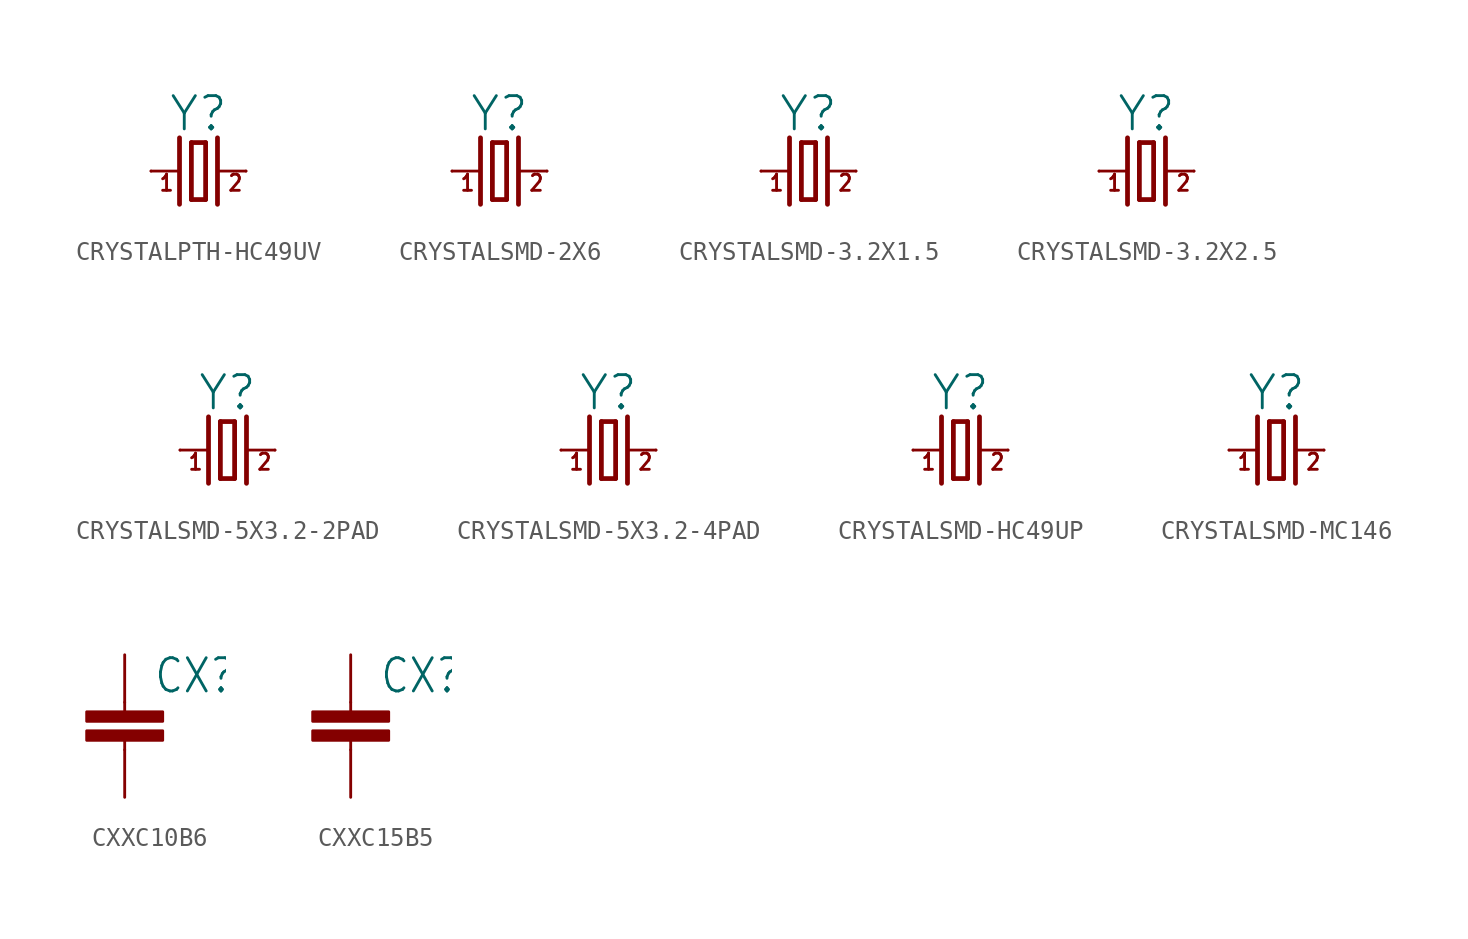
<source format=kicad_sym>
(kicad_symbol_lib
  (version 20231120)
  (generator "kicad_symbol_editor")
  (generator_version "8.0")
  (symbol "CRYSTALPTH-HC49UV"
    (property "Reference" "Y"
      (at 0 2.032 0)
      (effects (font (size 1.778 1.778)) (justify bottom)))
    (property "Value" ""
      (at 0 -2.032 0)
      (effects (font (size 1.778 1.778)) (justify top)))
    (property "ki_locked" ""
      (at 0 0 0)
      (effects (font (size 1.27 1.27))))
    (symbol "CRYSTALPTH-HC49UV_1_0"
      (polyline (pts (xy -2.54 0) (xy -1.016 0)) (stroke (width 0.152) (type solid)) (fill (type none)))
      (polyline (pts (xy -1.016 1.778) (xy -1.016 -1.778)) (stroke (width 0.254) (type solid)) (fill (type none)))
      (polyline (pts (xy -0.381 -1.524) (xy 0.381 -1.524)) (stroke (width 0.254) (type solid)) (fill (type none)))
      (polyline (pts (xy -0.381 1.524) (xy -0.381 -1.524)) (stroke (width 0.254) (type solid)) (fill (type none)))
      (polyline (pts (xy 0.381 -1.524) (xy 0.381 1.524)) (stroke (width 0.254) (type solid)) (fill (type none)))
      (polyline (pts (xy 0.381 1.524) (xy -0.381 1.524)) (stroke (width 0.254) (type solid)) (fill (type none)))
      (polyline (pts (xy 1.016 0) (xy 2.54 0)) (stroke (width 0.152) (type solid)) (fill (type none)))
      (polyline (pts (xy 1.016 1.778) (xy 1.016 -1.778)) (stroke (width 0.254) (type solid)) (fill (type none)))
      (text "1" (at -2.159 -1.143 0) (effects (font (size 0.864 0.734)) (justify left bottom)))
      (text "2" (at 1.524 -1.143 0) (effects (font (size 0.864 0.734)) (justify left bottom)))
      (pin passive line (at -2.54 0 0) (length 0) (name "1" (effects (font (size 0 0)))) (number "1" (effects (font (size 0 0)))))
      (pin passive line (at 2.54 0 180) (length 0) (name "2" (effects (font (size 0 0)))) (number "2" (effects (font (size 0 0)))))))
  (symbol "CRYSTALSMD-2X6"
    (property "Reference" "Y"
      (at 0 2.032 0)
      (effects (font (size 1.778 1.778)) (justify bottom)))
    (property "Value" ""
      (at 0 -2.032 0)
      (effects (font (size 1.778 1.778)) (justify top)))
    (property "ki_locked" ""
      (at 0 0 0)
      (effects (font (size 1.27 1.27))))
    (symbol "CRYSTALSMD-2X6_1_0"
      (polyline (pts (xy -2.54 0) (xy -1.016 0)) (stroke (width 0.152) (type solid)) (fill (type none)))
      (polyline (pts (xy -1.016 1.778) (xy -1.016 -1.778)) (stroke (width 0.254) (type solid)) (fill (type none)))
      (polyline (pts (xy -0.381 -1.524) (xy 0.381 -1.524)) (stroke (width 0.254) (type solid)) (fill (type none)))
      (polyline (pts (xy -0.381 1.524) (xy -0.381 -1.524)) (stroke (width 0.254) (type solid)) (fill (type none)))
      (polyline (pts (xy 0.381 -1.524) (xy 0.381 1.524)) (stroke (width 0.254) (type solid)) (fill (type none)))
      (polyline (pts (xy 0.381 1.524) (xy -0.381 1.524)) (stroke (width 0.254) (type solid)) (fill (type none)))
      (polyline (pts (xy 1.016 0) (xy 2.54 0)) (stroke (width 0.152) (type solid)) (fill (type none)))
      (polyline (pts (xy 1.016 1.778) (xy 1.016 -1.778)) (stroke (width 0.254) (type solid)) (fill (type none)))
      (text "1" (at -2.159 -1.143 0) (effects (font (size 0.864 0.734)) (justify left bottom)))
      (text "2" (at 1.524 -1.143 0) (effects (font (size 0.864 0.734)) (justify left bottom)))
      (pin passive line (at -2.54 0 0) (length 0) (name "1" (effects (font (size 0 0)))) (number "X1" (effects (font (size 0 0)))))
      (pin passive line (at 2.54 0 180) (length 0) (name "2" (effects (font (size 0 0)))) (number "X2" (effects (font (size 0 0)))))))
  (symbol "CRYSTALSMD-3.2X1.5"
    (property "Reference" "Y"
      (at 0 2.032 0)
      (effects (font (size 1.778 1.778)) (justify bottom)))
    (property "Value" ""
      (at 0 -2.032 0)
      (effects (font (size 1.778 1.778)) (justify top)))
    (property "ki_locked" ""
      (at 0 0 0)
      (effects (font (size 1.27 1.27))))
    (symbol "CRYSTALSMD-3.2X1.5_1_0"
      (polyline (pts (xy -2.54 0) (xy -1.016 0)) (stroke (width 0.152) (type solid)) (fill (type none)))
      (polyline (pts (xy -1.016 1.778) (xy -1.016 -1.778)) (stroke (width 0.254) (type solid)) (fill (type none)))
      (polyline (pts (xy -0.381 -1.524) (xy 0.381 -1.524)) (stroke (width 0.254) (type solid)) (fill (type none)))
      (polyline (pts (xy -0.381 1.524) (xy -0.381 -1.524)) (stroke (width 0.254) (type solid)) (fill (type none)))
      (polyline (pts (xy 0.381 -1.524) (xy 0.381 1.524)) (stroke (width 0.254) (type solid)) (fill (type none)))
      (polyline (pts (xy 0.381 1.524) (xy -0.381 1.524)) (stroke (width 0.254) (type solid)) (fill (type none)))
      (polyline (pts (xy 1.016 0) (xy 2.54 0)) (stroke (width 0.152) (type solid)) (fill (type none)))
      (polyline (pts (xy 1.016 1.778) (xy 1.016 -1.778)) (stroke (width 0.254) (type solid)) (fill (type none)))
      (text "1" (at -2.159 -1.143 0) (effects (font (size 0.864 0.734)) (justify left bottom)))
      (text "2" (at 1.524 -1.143 0) (effects (font (size 0.864 0.734)) (justify left bottom)))
      (pin passive line (at -2.54 0 0) (length 0) (name "1" (effects (font (size 0 0)))) (number "P$1" (effects (font (size 0 0)))))
      (pin passive line (at 2.54 0 180) (length 0) (name "2" (effects (font (size 0 0)))) (number "P$2" (effects (font (size 0 0)))))))
  (symbol "CRYSTALSMD-3.2X2.5"
    (property "Reference" "Y"
      (at 0 2.032 0)
      (effects (font (size 1.778 1.778)) (justify bottom)))
    (property "Value" ""
      (at 0 -2.032 0)
      (effects (font (size 1.778 1.778)) (justify top)))
    (property "ki_locked" ""
      (at 0 0 0)
      (effects (font (size 1.27 1.27))))
    (symbol "CRYSTALSMD-3.2X2.5_1_0"
      (polyline (pts (xy -2.54 0) (xy -1.016 0)) (stroke (width 0.152) (type solid)) (fill (type none)))
      (polyline (pts (xy -1.016 1.778) (xy -1.016 -1.778)) (stroke (width 0.254) (type solid)) (fill (type none)))
      (polyline (pts (xy -0.381 -1.524) (xy 0.381 -1.524)) (stroke (width 0.254) (type solid)) (fill (type none)))
      (polyline (pts (xy -0.381 1.524) (xy -0.381 -1.524)) (stroke (width 0.254) (type solid)) (fill (type none)))
      (polyline (pts (xy 0.381 -1.524) (xy 0.381 1.524)) (stroke (width 0.254) (type solid)) (fill (type none)))
      (polyline (pts (xy 0.381 1.524) (xy -0.381 1.524)) (stroke (width 0.254) (type solid)) (fill (type none)))
      (polyline (pts (xy 1.016 0) (xy 2.54 0)) (stroke (width 0.152) (type solid)) (fill (type none)))
      (polyline (pts (xy 1.016 1.778) (xy 1.016 -1.778)) (stroke (width 0.254) (type solid)) (fill (type none)))
      (text "1" (at -2.159 -1.143 0) (effects (font (size 0.864 0.734)) (justify left bottom)))
      (text "2" (at 1.524 -1.143 0) (effects (font (size 0.864 0.734)) (justify left bottom)))
      (pin passive line (at -2.54 0 0) (length 0) (name "1" (effects (font (size 0 0)))) (number "1" (effects (font (size 0 0)))))
      (pin passive line (at 2.54 0 180) (length 0) (name "2" (effects (font (size 0 0)))) (number "3" (effects (font (size 0 0)))))))
  (symbol "CRYSTALSMD-5X3.2-2PAD"
    (property "Reference" "Y"
      (at 0 2.032 0)
      (effects (font (size 1.778 1.778)) (justify bottom)))
    (property "Value" ""
      (at 0 -2.032 0)
      (effects (font (size 1.778 1.778)) (justify top)))
    (property "ki_locked" ""
      (at 0 0 0)
      (effects (font (size 1.27 1.27))))
    (symbol "CRYSTALSMD-5X3.2-2PAD_1_0"
      (polyline (pts (xy -2.54 0) (xy -1.016 0)) (stroke (width 0.152) (type solid)) (fill (type none)))
      (polyline (pts (xy -1.016 1.778) (xy -1.016 -1.778)) (stroke (width 0.254) (type solid)) (fill (type none)))
      (polyline (pts (xy -0.381 -1.524) (xy 0.381 -1.524)) (stroke (width 0.254) (type solid)) (fill (type none)))
      (polyline (pts (xy -0.381 1.524) (xy -0.381 -1.524)) (stroke (width 0.254) (type solid)) (fill (type none)))
      (polyline (pts (xy 0.381 -1.524) (xy 0.381 1.524)) (stroke (width 0.254) (type solid)) (fill (type none)))
      (polyline (pts (xy 0.381 1.524) (xy -0.381 1.524)) (stroke (width 0.254) (type solid)) (fill (type none)))
      (polyline (pts (xy 1.016 0) (xy 2.54 0)) (stroke (width 0.152) (type solid)) (fill (type none)))
      (polyline (pts (xy 1.016 1.778) (xy 1.016 -1.778)) (stroke (width 0.254) (type solid)) (fill (type none)))
      (text "1" (at -2.159 -1.143 0) (effects (font (size 0.864 0.734)) (justify left bottom)))
      (text "2" (at 1.524 -1.143 0) (effects (font (size 0.864 0.734)) (justify left bottom)))
      (pin passive line (at -2.54 0 0) (length 0) (name "1" (effects (font (size 0 0)))) (number "P$1" (effects (font (size 0 0)))))
      (pin passive line (at 2.54 0 180) (length 0) (name "2" (effects (font (size 0 0)))) (number "P$2" (effects (font (size 0 0)))))))
  (symbol "CRYSTALSMD-5X3.2-4PAD"
    (property "Reference" "Y"
      (at 0 2.032 0)
      (effects (font (size 1.778 1.778)) (justify bottom)))
    (property "Value" ""
      (at 0 -2.032 0)
      (effects (font (size 1.778 1.778)) (justify top)))
    (property "ki_locked" ""
      (at 0 0 0)
      (effects (font (size 1.27 1.27))))
    (symbol "CRYSTALSMD-5X3.2-4PAD_1_0"
      (polyline (pts (xy -2.54 0) (xy -1.016 0)) (stroke (width 0.152) (type solid)) (fill (type none)))
      (polyline (pts (xy -1.016 1.778) (xy -1.016 -1.778)) (stroke (width 0.254) (type solid)) (fill (type none)))
      (polyline (pts (xy -0.381 -1.524) (xy 0.381 -1.524)) (stroke (width 0.254) (type solid)) (fill (type none)))
      (polyline (pts (xy -0.381 1.524) (xy -0.381 -1.524)) (stroke (width 0.254) (type solid)) (fill (type none)))
      (polyline (pts (xy 0.381 -1.524) (xy 0.381 1.524)) (stroke (width 0.254) (type solid)) (fill (type none)))
      (polyline (pts (xy 0.381 1.524) (xy -0.381 1.524)) (stroke (width 0.254) (type solid)) (fill (type none)))
      (polyline (pts (xy 1.016 0) (xy 2.54 0)) (stroke (width 0.152) (type solid)) (fill (type none)))
      (polyline (pts (xy 1.016 1.778) (xy 1.016 -1.778)) (stroke (width 0.254) (type solid)) (fill (type none)))
      (text "1" (at -2.159 -1.143 0) (effects (font (size 0.864 0.734)) (justify left bottom)))
      (text "2" (at 1.524 -1.143 0) (effects (font (size 0.864 0.734)) (justify left bottom)))
      (pin passive line (at -2.54 0 0) (length 0) (name "1" (effects (font (size 0 0)))) (number "1" (effects (font (size 0 0)))))
      (pin passive line (at 2.54 0 180) (length 0) (name "2" (effects (font (size 0 0)))) (number "3" (effects (font (size 0 0)))))))
  (symbol "CRYSTALSMD-HC49UP"
    (property "Reference" "Y"
      (at 0 2.032 0)
      (effects (font (size 1.778 1.778)) (justify bottom)))
    (property "Value" ""
      (at 0 -2.032 0)
      (effects (font (size 1.778 1.778)) (justify top)))
    (property "ki_locked" ""
      (at 0 0 0)
      (effects (font (size 1.27 1.27))))
    (symbol "CRYSTALSMD-HC49UP_1_0"
      (polyline (pts (xy -2.54 0) (xy -1.016 0)) (stroke (width 0.152) (type solid)) (fill (type none)))
      (polyline (pts (xy -1.016 1.778) (xy -1.016 -1.778)) (stroke (width 0.254) (type solid)) (fill (type none)))
      (polyline (pts (xy -0.381 -1.524) (xy 0.381 -1.524)) (stroke (width 0.254) (type solid)) (fill (type none)))
      (polyline (pts (xy -0.381 1.524) (xy -0.381 -1.524)) (stroke (width 0.254) (type solid)) (fill (type none)))
      (polyline (pts (xy 0.381 -1.524) (xy 0.381 1.524)) (stroke (width 0.254) (type solid)) (fill (type none)))
      (polyline (pts (xy 0.381 1.524) (xy -0.381 1.524)) (stroke (width 0.254) (type solid)) (fill (type none)))
      (polyline (pts (xy 1.016 0) (xy 2.54 0)) (stroke (width 0.152) (type solid)) (fill (type none)))
      (polyline (pts (xy 1.016 1.778) (xy 1.016 -1.778)) (stroke (width 0.254) (type solid)) (fill (type none)))
      (text "1" (at -2.159 -1.143 0) (effects (font (size 0.864 0.734)) (justify left bottom)))
      (text "2" (at 1.524 -1.143 0) (effects (font (size 0.864 0.734)) (justify left bottom)))
      (pin passive line (at -2.54 0 0) (length 0) (name "1" (effects (font (size 0 0)))) (number "1" (effects (font (size 0 0)))))
      (pin passive line (at 2.54 0 180) (length 0) (name "2" (effects (font (size 0 0)))) (number "2" (effects (font (size 0 0)))))))
  (symbol "CRYSTALSMD-MC146"
    (property "Reference" "Y"
      (at 0 2.032 0)
      (effects (font (size 1.778 1.778)) (justify bottom)))
    (property "Value" ""
      (at 0 -2.032 0)
      (effects (font (size 1.778 1.778)) (justify top)))
    (property "ki_locked" ""
      (at 0 0 0)
      (effects (font (size 1.27 1.27))))
    (symbol "CRYSTALSMD-MC146_1_0"
      (polyline (pts (xy -2.54 0) (xy -1.016 0)) (stroke (width 0.152) (type solid)) (fill (type none)))
      (polyline (pts (xy -1.016 1.778) (xy -1.016 -1.778)) (stroke (width 0.254) (type solid)) (fill (type none)))
      (polyline (pts (xy -0.381 -1.524) (xy 0.381 -1.524)) (stroke (width 0.254) (type solid)) (fill (type none)))
      (polyline (pts (xy -0.381 1.524) (xy -0.381 -1.524)) (stroke (width 0.254) (type solid)) (fill (type none)))
      (polyline (pts (xy 0.381 -1.524) (xy 0.381 1.524)) (stroke (width 0.254) (type solid)) (fill (type none)))
      (polyline (pts (xy 0.381 1.524) (xy -0.381 1.524)) (stroke (width 0.254) (type solid)) (fill (type none)))
      (polyline (pts (xy 1.016 0) (xy 2.54 0)) (stroke (width 0.152) (type solid)) (fill (type none)))
      (polyline (pts (xy 1.016 1.778) (xy 1.016 -1.778)) (stroke (width 0.254) (type solid)) (fill (type none)))
      (text "1" (at -2.159 -1.143 0) (effects (font (size 0.864 0.734)) (justify left bottom)))
      (text "2" (at 1.524 -1.143 0) (effects (font (size 0.864 0.734)) (justify left bottom)))
      (pin passive line (at 2.54 0 180) (length 0) (name "2" (effects (font (size 0 0)))) (number "P$1" (effects (font (size 0 0)))))
      (pin passive line (at -2.54 0 0) (length 0) (name "1" (effects (font (size 0 0)))) (number "P$2" (effects (font (size 0 0)))))))
  (symbol "CXXC10B6"
    (property "Reference" "CX"
      (at 1.524 0.381 0)
      (effects (font (size 1.778 1.511)) (justify left bottom)))
    (property "Value" ""
      (at 1.524 -4.699 0)
      (effects (font (size 1.778 1.511)) (justify left bottom)))
    (property "ki_locked" ""
      (at 0 0 0)
      (effects (font (size 1.27 1.27))))
    (symbol "CXXC10B6_1_0"
      (rectangle (start -2.032 -2.032) (end 2.032 -1.524) (stroke (width 0) (type default)) (fill (type outline)))
      (rectangle (start -2.032 -1.016) (end 2.032 -0.508) (stroke (width 0) (type default)) (fill (type outline)))
      (polyline (pts (xy 0 -2.54) (xy 0 -2.032)) (stroke (width 0.152) (type solid)) (fill (type none)))
      (polyline (pts (xy 0 0) (xy 0 -0.508)) (stroke (width 0.152) (type solid)) (fill (type none)))
      (pin passive line (at 0 2.54 270) (length 2.54) (name "1" (effects (font (size 0 0)))) (number "1" (effects (font (size 0 0)))))
      (pin passive line (at 0 -5.08 90) (length 2.54) (name "2" (effects (font (size 0 0)))) (number "2" (effects (font (size 0 0)))))))
  (symbol "CXXC15B5"
    (property "Reference" "CX"
      (at 1.524 0.381 0)
      (effects (font (size 1.778 1.511)) (justify left bottom)))
    (property "Value" ""
      (at 1.524 -4.699 0)
      (effects (font (size 1.778 1.511)) (justify left bottom)))
    (property "ki_locked" ""
      (at 0 0 0)
      (effects (font (size 1.27 1.27))))
    (symbol "CXXC15B5_1_0"
      (rectangle (start -2.032 -2.032) (end 2.032 -1.524) (stroke (width 0) (type default)) (fill (type outline)))
      (rectangle (start -2.032 -1.016) (end 2.032 -0.508) (stroke (width 0) (type default)) (fill (type outline)))
      (polyline (pts (xy 0 -2.54) (xy 0 -2.032)) (stroke (width 0.152) (type solid)) (fill (type none)))
      (polyline (pts (xy 0 0) (xy 0 -0.508)) (stroke (width 0.152) (type solid)) (fill (type none)))
      (pin passive line (at 0 2.54 270) (length 2.54) (name "1" (effects (font (size 0 0)))) (number "1" (effects (font (size 0 0)))))
      (pin passive line (at 0 -5.08 90) (length 2.54) (name "2" (effects (font (size 0 0)))) (number "2" (effects (font (size 0 0))))))))
</source>
